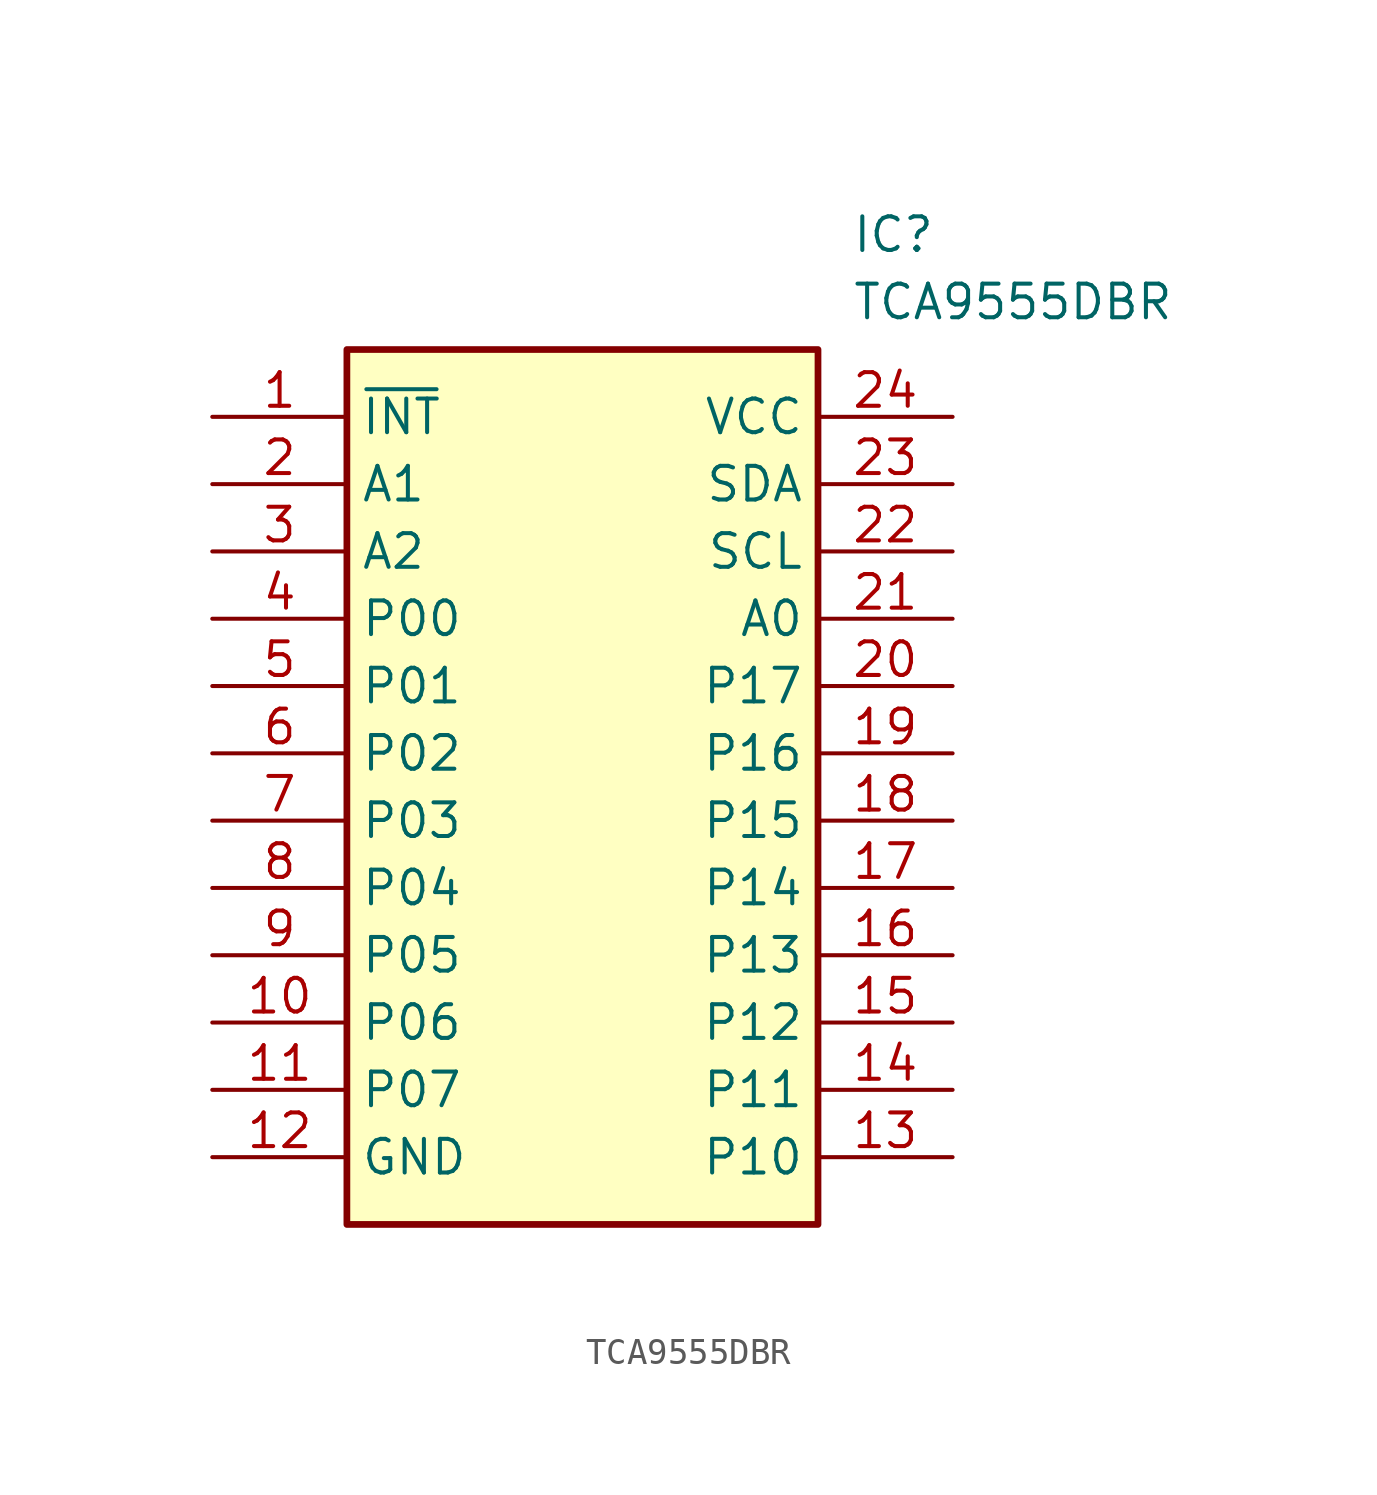
<source format=kicad_sym>
(kicad_symbol_lib
  (version 20211014)
  (generator SamacSys_ECAD_Model)
  (symbol "TCA9555DBR"
    (property "Reference" "IC"
      (at 24.13 7.62 0)
      (effects (font (size 1.27 1.27)) (justify left top)))
    (property "Value" "TCA9555DBR"
      (at 24.13 5.08 0)
      (effects (font (size 1.27 1.27)) (justify left top)))
    (rectangle
      (start 5.08 2.54)
      (end 22.86 -30.48)
      (stroke (width 0.254) (type default))
      (fill (type background)))
    (pin passive line
      (at 0 0 0)
      (length 5.08)
      (name "~{INT}" (effects (font (size 1.27 1.27))))
      (number "1" (effects (font (size 1.27 1.27)))))
    (pin passive line
      (at 0 -2.54 0)
      (length 5.08)
      (name "A1" (effects (font (size 1.27 1.27))))
      (number "2" (effects (font (size 1.27 1.27)))))
    (pin passive line
      (at 0 -5.08 0)
      (length 5.08)
      (name "A2" (effects (font (size 1.27 1.27))))
      (number "3" (effects (font (size 1.27 1.27)))))
    (pin passive line
      (at 0 -7.62 0)
      (length 5.08)
      (name "P00" (effects (font (size 1.27 1.27))))
      (number "4" (effects (font (size 1.27 1.27)))))
    (pin passive line
      (at 0 -10.16 0)
      (length 5.08)
      (name "P01" (effects (font (size 1.27 1.27))))
      (number "5" (effects (font (size 1.27 1.27)))))
    (pin passive line
      (at 0 -12.7 0)
      (length 5.08)
      (name "P02" (effects (font (size 1.27 1.27))))
      (number "6" (effects (font (size 1.27 1.27)))))
    (pin passive line
      (at 0 -15.24 0)
      (length 5.08)
      (name "P03" (effects (font (size 1.27 1.27))))
      (number "7" (effects (font (size 1.27 1.27)))))
    (pin passive line
      (at 0 -17.78 0)
      (length 5.08)
      (name "P04" (effects (font (size 1.27 1.27))))
      (number "8" (effects (font (size 1.27 1.27)))))
    (pin passive line
      (at 0 -20.32 0)
      (length 5.08)
      (name "P05" (effects (font (size 1.27 1.27))))
      (number "9" (effects (font (size 1.27 1.27)))))
    (pin passive line
      (at 0 -22.86 0)
      (length 5.08)
      (name "P06" (effects (font (size 1.27 1.27))))
      (number "10" (effects (font (size 1.27 1.27)))))
    (pin passive line
      (at 0 -25.4 0)
      (length 5.08)
      (name "P07" (effects (font (size 1.27 1.27))))
      (number "11" (effects (font (size 1.27 1.27)))))
    (pin passive line
      (at 0 -27.94 0)
      (length 5.08)
      (name "GND" (effects (font (size 1.27 1.27))))
      (number "12" (effects (font (size 1.27 1.27)))))
    (pin passive line
      (at 27.94 0 180)
      (length 5.08)
      (name "VCC" (effects (font (size 1.27 1.27))))
      (number "24" (effects (font (size 1.27 1.27)))))
    (pin passive line
      (at 27.94 -2.54 180)
      (length 5.08)
      (name "SDA" (effects (font (size 1.27 1.27))))
      (number "23" (effects (font (size 1.27 1.27)))))
    (pin passive line
      (at 27.94 -5.08 180)
      (length 5.08)
      (name "SCL" (effects (font (size 1.27 1.27))))
      (number "22" (effects (font (size 1.27 1.27)))))
    (pin passive line
      (at 27.94 -7.62 180)
      (length 5.08)
      (name "A0" (effects (font (size 1.27 1.27))))
      (number "21" (effects (font (size 1.27 1.27)))))
    (pin passive line
      (at 27.94 -10.16 180)
      (length 5.08)
      (name "P17" (effects (font (size 1.27 1.27))))
      (number "20" (effects (font (size 1.27 1.27)))))
    (pin passive line
      (at 27.94 -12.7 180)
      (length 5.08)
      (name "P16" (effects (font (size 1.27 1.27))))
      (number "19" (effects (font (size 1.27 1.27)))))
    (pin passive line
      (at 27.94 -15.24 180)
      (length 5.08)
      (name "P15" (effects (font (size 1.27 1.27))))
      (number "18" (effects (font (size 1.27 1.27)))))
    (pin passive line
      (at 27.94 -17.78 180)
      (length 5.08)
      (name "P14" (effects (font (size 1.27 1.27))))
      (number "17" (effects (font (size 1.27 1.27)))))
    (pin passive line
      (at 27.94 -20.32 180)
      (length 5.08)
      (name "P13" (effects (font (size 1.27 1.27))))
      (number "16" (effects (font (size 1.27 1.27)))))
    (pin passive line
      (at 27.94 -22.86 180)
      (length 5.08)
      (name "P12" (effects (font (size 1.27 1.27))))
      (number "15" (effects (font (size 1.27 1.27)))))
    (pin passive line
      (at 27.94 -25.4 180)
      (length 5.08)
      (name "P11" (effects (font (size 1.27 1.27))))
      (number "14" (effects (font (size 1.27 1.27)))))
    (pin passive line
      (at 27.94 -27.94 180)
      (length 5.08)
      (name "P10" (effects (font (size 1.27 1.27))))
      (number "13" (effects (font (size 1.27 1.27)))))))
</source>
